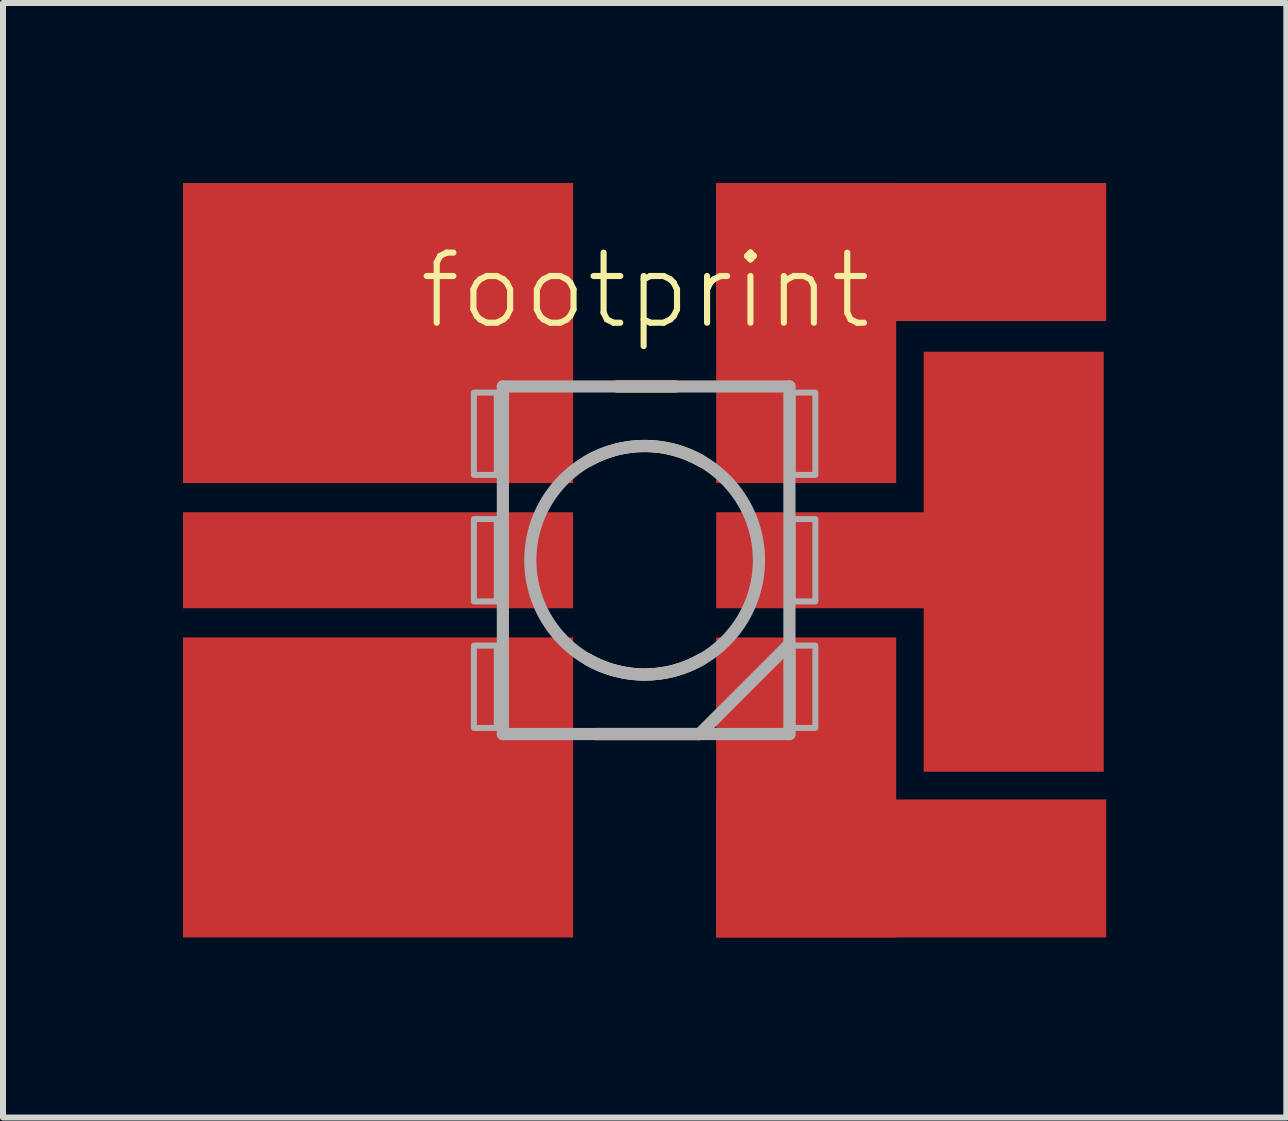
<source format=kicad_pcb>
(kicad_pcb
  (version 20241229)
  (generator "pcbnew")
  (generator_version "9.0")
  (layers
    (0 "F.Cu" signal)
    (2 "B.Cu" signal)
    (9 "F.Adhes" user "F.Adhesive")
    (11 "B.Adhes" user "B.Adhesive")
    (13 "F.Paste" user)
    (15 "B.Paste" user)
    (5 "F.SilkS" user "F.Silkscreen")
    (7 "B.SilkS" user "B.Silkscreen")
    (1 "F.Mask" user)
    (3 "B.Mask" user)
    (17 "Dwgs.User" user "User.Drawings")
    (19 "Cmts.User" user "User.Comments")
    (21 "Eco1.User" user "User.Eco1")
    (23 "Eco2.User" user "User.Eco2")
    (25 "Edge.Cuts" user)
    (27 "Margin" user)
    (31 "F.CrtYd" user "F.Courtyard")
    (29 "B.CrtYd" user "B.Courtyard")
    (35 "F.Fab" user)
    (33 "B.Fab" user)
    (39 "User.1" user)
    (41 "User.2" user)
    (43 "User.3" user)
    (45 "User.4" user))
  (footprint "footprint"
    (layer "F.Cu")
    (at 7.692 6.286)
    (property "Reference" "footprint" (at -3.81 -3.81 0) (layer "F.SilkS") (effects (font (size 1.168 1.168) (thickness 0.102)) (justify left bottom)))
    (fp_poly (pts (xy -4.2 -1.275) (xy -1.2 -1.275) (xy -1.2 -3.3) (xy -4.2 -3.3)) (stroke (width 0) (type solid)) (fill yes) (layer "F.Mask"))
    (fp_poly (pts (xy -4.2 0.8) (xy -1.2 0.8) (xy -1.2 -0.8) (xy -4.2 -0.8)) (stroke (width 0) (type solid)) (fill yes) (layer "F.Mask"))
    (fp_poly (pts (xy -4.2 3.3) (xy -1.2 3.3) (xy -1.2 1.275) (xy -4.2 1.275)) (stroke (width 0) (type solid)) (fill yes) (layer "F.Mask"))
    (fp_poly (pts (xy 4.2 -3.3) (xy 1.2 -3.3) (xy 1.2 -1.275) (xy 4.2 -1.275)) (stroke (width 0) (type solid)) (fill yes) (layer "F.Mask"))
    (fp_poly (pts (xy 4.2 -0.8) (xy 1.2 -0.8) (xy 1.2 0.8) (xy 4.2 0.8)) (stroke (width 0) (type solid)) (fill yes) (layer "F.Mask"))
    (fp_poly (pts (xy 4.2 1.275) (xy 1.2 1.275) (xy 1.2 3.3) (xy 4.2 3.3)) (stroke (width 0) (type solid)) (fill yes) (layer "F.Mask"))
    (fp_line (start -0.457 -2.896) (end 0.508 -2.896) (stroke (width 0.203) (type solid)) (layer "F.SilkS"))
    (fp_line (start 0.914 2.896) (end -0.813 2.896) (stroke (width 0.203) (type solid)) (layer "F.SilkS"))
    (fp_arc (start -0.95 -1.65) (mid 0 -1.903943) (end 0.95 -1.65) (stroke (width 0.2032) (type solid)) (layer "F.SilkS"))
    (fp_arc (start 0.95 1.65) (mid 0 1.903943) (end -0.95 1.65) (stroke (width 0.2032) (type solid)) (layer "F.SilkS"))
    (fp_poly (pts (xy -4.125 -1.35) (xy -1.275 -1.35) (xy -1.275 -3.225) (xy -4.125 -3.225)) (stroke (width 0) (type solid)) (fill yes) (layer "F.Paste"))
    (fp_poly (pts (xy -4.125 0.725) (xy -1.275 0.725) (xy -1.275 -0.725) (xy -4.125 -0.725)) (stroke (width 0) (type solid)) (fill yes) (layer "F.Paste"))
    (fp_poly (pts (xy -4.12 3.23) (xy -1.27 3.23) (xy -1.27 1.355) (xy -4.12 1.355)) (stroke (width 0) (type solid)) (fill yes) (layer "F.Paste"))
    (fp_poly (pts (xy 4.12 -3.23) (xy 1.27 -3.23) (xy 1.27 -1.355) (xy 4.12 -1.355)) (stroke (width 0) (type solid)) (fill yes) (layer "F.Paste"))
    (fp_poly (pts (xy 4.125 -0.725) (xy 1.275 -0.725) (xy 1.275 0.725) (xy 4.125 0.725)) (stroke (width 0) (type solid)) (fill yes) (layer "F.Paste"))
    (fp_poly (pts (xy 4.125 1.35) (xy 1.275 1.35) (xy 1.275 3.225) (xy 4.125 3.225)) (stroke (width 0) (type solid)) (fill yes) (layer "F.Paste"))
    (fp_line (start -2.362 -2.896) (end 2.413 -2.896) (stroke (width 0.203) (type solid)) (layer "F.Fab"))
    (fp_line (start -2.362 2.896) (end -2.362 -2.896) (stroke (width 0.203) (type solid)) (layer "F.Fab"))
    (fp_line (start 0.914 2.896) (end -2.362 2.896) (stroke (width 0.203) (type solid)) (layer "F.Fab"))
    (fp_line (start 2.413 -2.896) (end 2.413 1.397) (stroke (width 0.203) (type solid)) (layer "F.Fab"))
    (fp_line (start 2.413 1.397) (end 0.914 2.896) (stroke (width 0.203) (type solid)) (layer "F.Fab"))
    (fp_line (start 2.413 1.397) (end 2.413 2.896) (stroke (width 0.203) (type solid)) (layer "F.Fab"))
    (fp_line (start 2.413 2.896) (end 0.914 2.896) (stroke (width 0.203) (type solid)) (layer "F.Fab"))
    (fp_circle (center 0 0) (end 1.905 0) (stroke (width 0.203) (type solid)) (fill no) (layer "F.Fab"))
    (fp_poly (pts (xy -2.845 -1.422) (xy -2.464 -1.422) (xy -2.464 -2.794) (xy -2.845 -2.794)) (stroke (width 0.1) (type solid)) (fill no) (layer "F.Fab"))
    (fp_poly (pts (xy -2.845 0.686) (xy -2.464 0.686) (xy -2.464 -0.686) (xy -2.845 -0.686)) (stroke (width 0.1) (type solid)) (fill no) (layer "F.Fab"))
    (fp_poly (pts (xy -2.845 2.794) (xy -2.464 2.794) (xy -2.464 1.422) (xy -2.845 1.422)) (stroke (width 0.1) (type solid)) (fill no) (layer "F.Fab"))
    (fp_poly (pts (xy 2.845 -2.794) (xy 2.464 -2.794) (xy 2.464 -1.422) (xy 2.845 -1.422)) (stroke (width 0.1) (type solid)) (fill no) (layer "F.Fab"))
    (fp_poly (pts (xy 2.845 -0.686) (xy 2.464 -0.686) (xy 2.464 0.686) (xy 2.845 0.686)) (stroke (width 0.1) (type solid)) (fill no) (layer "F.Fab"))
    (fp_poly (pts (xy 2.845 1.422) (xy 2.464 1.422) (xy 2.464 2.794) (xy 2.845 2.794)) (stroke (width 0.1) (type solid)) (fill no) (layer "F.Fab"))
    (pad "1" smd rect (at -4.442 -3.786) (size 6.5 5) (layers "F.Cu"))
    (pad "2" smd rect (at -4.442 0) (size 6.5 1.6) (layers "F.Cu"))
    (pad "3" smd rect (at -4.442 3.786) (size 6.5 5) (layers "F.Cu"))
    (pad "4" smd rect (at 2.692 -3.786 180) (size 3 5) (layers "F.Cu"))
    (pad "4@1" smd rect (at 4.442 -5.136 180) (size 6.5 2.3) (layers "F.Cu"))
    (pad "5" smd rect (at 3.692 0 180) (size 5 1.6) (layers "F.Cu"))
    (pad "5@1" smd rect (at 6.15 0.025 180) (size 3 7) (layers "F.Cu"))
    (pad "6" smd rect (at 2.692 3.786 180) (size 3 5) (layers "F.Cu"))
    (pad "6@1" smd rect (at 4.442 5.136 180) (size 6.5 2.3) (layers "F.Cu")))
  (gr_rect
    (start -3 -3)
    (end 18.385 15.572)
    (stroke (width 0.1) (type default))
    (fill no)
    (layer "Edge.Cuts")))
</source>
